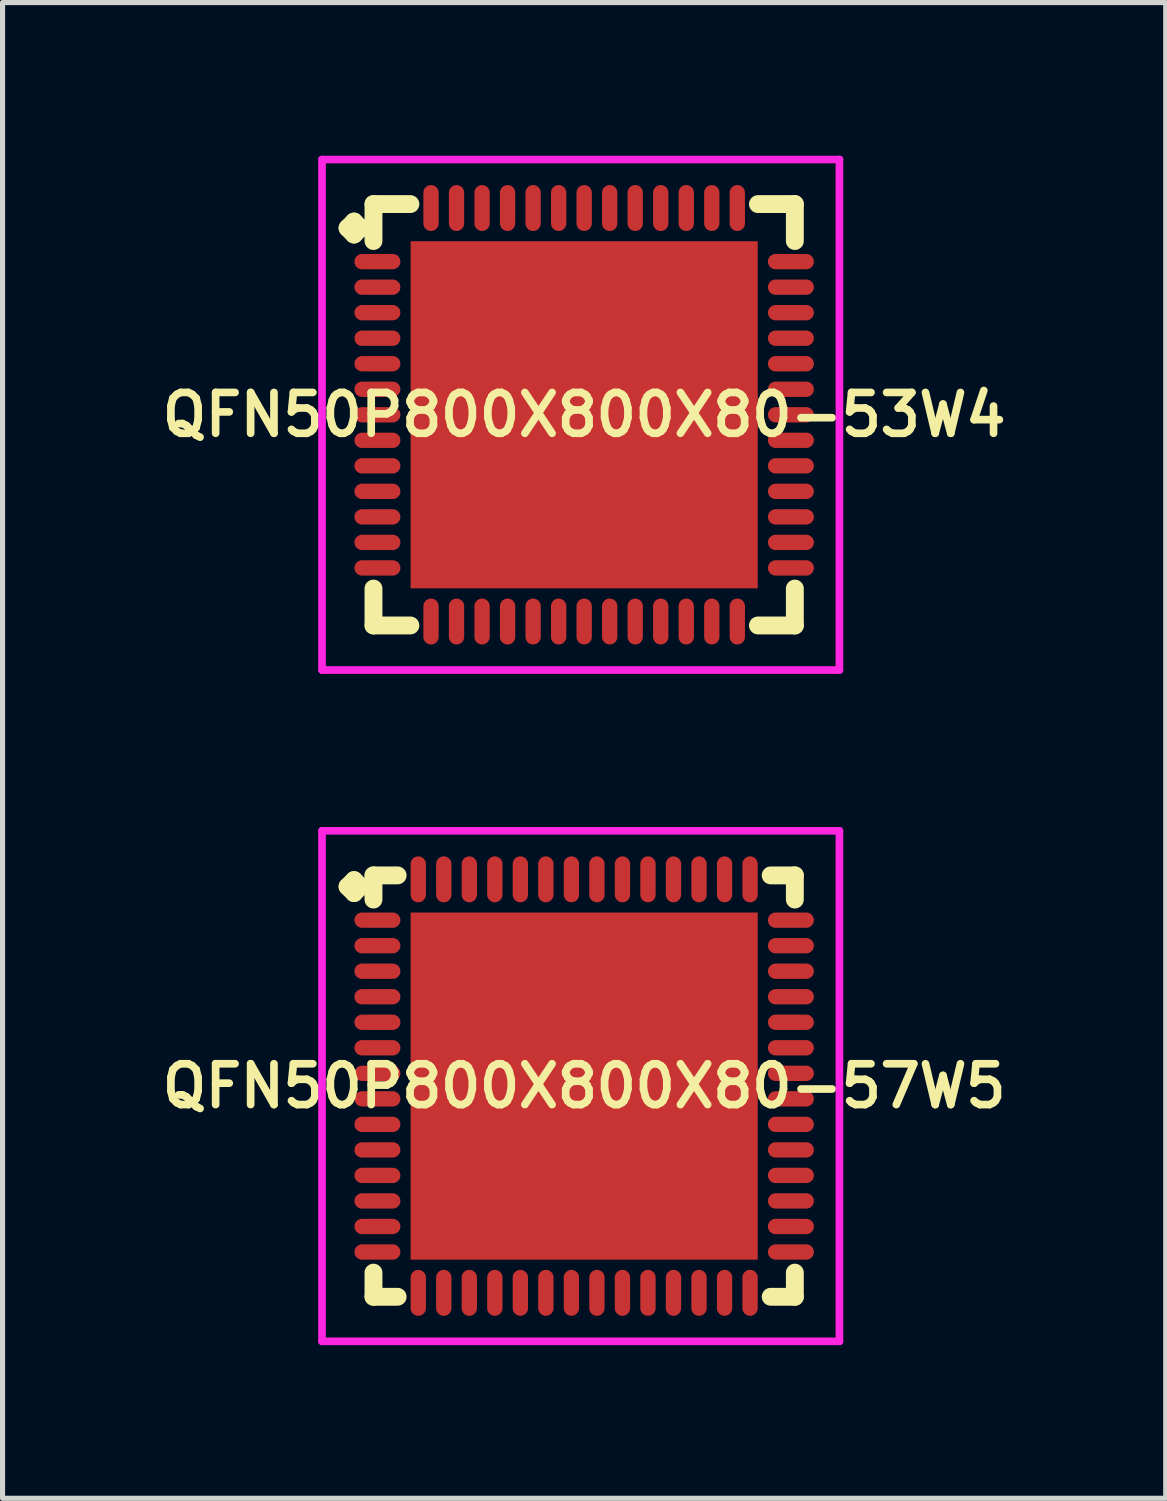
<source format=kicad_pcb>
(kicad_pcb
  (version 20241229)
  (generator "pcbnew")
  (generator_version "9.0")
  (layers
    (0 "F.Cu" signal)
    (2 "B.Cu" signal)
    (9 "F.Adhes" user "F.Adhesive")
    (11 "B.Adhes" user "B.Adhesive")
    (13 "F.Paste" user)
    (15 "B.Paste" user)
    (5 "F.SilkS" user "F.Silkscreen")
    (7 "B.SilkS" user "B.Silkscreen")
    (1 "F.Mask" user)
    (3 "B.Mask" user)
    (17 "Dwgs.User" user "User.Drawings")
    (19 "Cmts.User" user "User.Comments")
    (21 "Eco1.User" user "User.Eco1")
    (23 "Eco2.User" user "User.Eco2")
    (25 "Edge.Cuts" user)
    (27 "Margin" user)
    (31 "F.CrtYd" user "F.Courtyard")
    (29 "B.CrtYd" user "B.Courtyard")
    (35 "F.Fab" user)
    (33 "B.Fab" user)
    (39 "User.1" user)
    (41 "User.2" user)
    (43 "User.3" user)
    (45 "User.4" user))
  (footprint "QFN50P800X800X80-57W5"
    (layer "F.Cu")
    (at 8.393 18.225)
    (property "Reference" "QFN50P800X800X80-57W5" (at 0 0 0) (layer "F.SilkS") (effects (font (size 0.8 0.8) (thickness 0.15))))
    (attr smd)
    (fp_line (start -4.635 -3.908) (end -4.508 -4.035) (stroke (width 0.35) (type solid)) (layer "F.SilkS"))
    (fp_line (start -4.508 -4.035) (end -4.381 -3.908) (stroke (width 0.35) (type solid)) (layer "F.SilkS"))
    (fp_line (start -4.508 -3.781) (end -4.635 -3.908) (stroke (width 0.35) (type solid)) (layer "F.SilkS"))
    (fp_line (start -4.381 -3.908) (end -4.508 -3.781) (stroke (width 0.35) (type solid)) (layer "F.SilkS"))
    (fp_line (start -4.127 -4.127) (end -3.654 -4.127) (stroke (width 0.35) (type solid)) (layer "F.SilkS"))
    (fp_line (start -4.127 -3.654) (end -4.127 -4.127) (stroke (width 0.35) (type solid)) (layer "F.SilkS"))
    (fp_line (start -4.127 3.654) (end -4.127 4.127) (stroke (width 0.35) (type solid)) (layer "F.SilkS"))
    (fp_line (start -4.127 4.127) (end -3.654 4.127) (stroke (width 0.35) (type solid)) (layer "F.SilkS"))
    (fp_line (start 3.654 -4.127) (end 4.127 -4.127) (stroke (width 0.35) (type solid)) (layer "F.SilkS"))
    (fp_line (start 3.654 4.127) (end 4.127 4.127) (stroke (width 0.35) (type solid)) (layer "F.SilkS"))
    (fp_line (start 4.127 -4.127) (end 4.127 -3.654) (stroke (width 0.35) (type solid)) (layer "F.SilkS"))
    (fp_line (start 4.127 4.127) (end 4.127 3.654) (stroke (width 0.35) (type solid)) (layer "F.SilkS"))
    (fp_line (start -5.135 -5) (end 5 -5) (stroke (width 0.15) (type solid)) (layer "F.CrtYd"))
    (fp_line (start -5.135 5) (end -5.135 -5) (stroke (width 0.15) (type solid)) (layer "F.CrtYd"))
    (fp_line (start 5 -5) (end 5 5) (stroke (width 0.15) (type solid)) (layer "F.CrtYd"))
    (fp_line (start 5 5) (end -5.135 5) (stroke (width 0.15) (type solid)) (layer "F.CrtYd"))
    (pad "1" smd oval (at -4.05 -3.25) (size 0.9 0.3) (layers "F.Cu" "F.Mask" "F.Paste"))
    (pad "2" smd oval (at -4.05 -2.75) (size 0.9 0.3) (layers "F.Cu" "F.Mask" "F.Paste"))
    (pad "3" smd oval (at -4.05 -2.25) (size 0.9 0.3) (layers "F.Cu" "F.Mask" "F.Paste"))
    (pad "4" smd oval (at -4.05 -1.75) (size 0.9 0.3) (layers "F.Cu" "F.Mask" "F.Paste"))
    (pad "5" smd oval (at -4.05 -1.25) (size 0.9 0.3) (layers "F.Cu" "F.Mask" "F.Paste"))
    (pad "6" smd oval (at -4.05 -0.75) (size 0.9 0.3) (layers "F.Cu" "F.Mask" "F.Paste"))
    (pad "7" smd oval (at -4.05 -0.25) (size 0.9 0.3) (layers "F.Cu" "F.Mask" "F.Paste"))
    (pad "8" smd oval (at -4.05 0.25) (size 0.9 0.3) (layers "F.Cu" "F.Mask" "F.Paste"))
    (pad "9" smd oval (at -4.05 0.75) (size 0.9 0.3) (layers "F.Cu" "F.Mask" "F.Paste"))
    (pad "10" smd oval (at -4.05 1.25) (size 0.9 0.3) (layers "F.Cu" "F.Mask" "F.Paste"))
    (pad "11" smd oval (at -4.05 1.75) (size 0.9 0.3) (layers "F.Cu" "F.Mask" "F.Paste"))
    (pad "12" smd oval (at -4.05 2.25) (size 0.9 0.3) (layers "F.Cu" "F.Mask" "F.Paste"))
    (pad "13" smd oval (at -4.05 2.75) (size 0.9 0.3) (layers "F.Cu" "F.Mask" "F.Paste"))
    (pad "14" smd oval (at -4.05 3.25) (size 0.9 0.3) (layers "F.Cu" "F.Mask" "F.Paste"))
    (pad "15" smd oval (at -3.25 4.05) (size 0.3 0.9) (layers "F.Cu" "F.Mask" "F.Paste"))
    (pad "16" smd oval (at -2.75 4.05) (size 0.3 0.9) (layers "F.Cu" "F.Mask" "F.Paste"))
    (pad "17" smd oval (at -2.25 4.05) (size 0.3 0.9) (layers "F.Cu" "F.Mask" "F.Paste"))
    (pad "18" smd oval (at -1.75 4.05) (size 0.3 0.9) (layers "F.Cu" "F.Mask" "F.Paste"))
    (pad "19" smd oval (at -1.25 4.05) (size 0.3 0.9) (layers "F.Cu" "F.Mask" "F.Paste"))
    (pad "20" smd oval (at -0.75 4.05) (size 0.3 0.9) (layers "F.Cu" "F.Mask" "F.Paste"))
    (pad "21" smd oval (at -0.25 4.05) (size 0.3 0.9) (layers "F.Cu" "F.Mask" "F.Paste"))
    (pad "22" smd oval (at 0.25 4.05) (size 0.3 0.9) (layers "F.Cu" "F.Mask" "F.Paste"))
    (pad "23" smd oval (at 0.75 4.05) (size 0.3 0.9) (layers "F.Cu" "F.Mask" "F.Paste"))
    (pad "24" smd oval (at 1.25 4.05) (size 0.3 0.9) (layers "F.Cu" "F.Mask" "F.Paste"))
    (pad "25" smd oval (at 1.75 4.05) (size 0.3 0.9) (layers "F.Cu" "F.Mask" "F.Paste"))
    (pad "26" smd oval (at 2.25 4.05) (size 0.3 0.9) (layers "F.Cu" "F.Mask" "F.Paste"))
    (pad "27" smd oval (at 2.75 4.05) (size 0.3 0.9) (layers "F.Cu" "F.Mask" "F.Paste"))
    (pad "28" smd oval (at 3.25 4.05) (size 0.3 0.9) (layers "F.Cu" "F.Mask" "F.Paste"))
    (pad "29" smd oval (at 4.05 3.25) (size 0.9 0.3) (layers "F.Cu" "F.Mask" "F.Paste"))
    (pad "30" smd oval (at 4.05 2.75) (size 0.9 0.3) (layers "F.Cu" "F.Mask" "F.Paste"))
    (pad "31" smd oval (at 4.05 2.25) (size 0.9 0.3) (layers "F.Cu" "F.Mask" "F.Paste"))
    (pad "32" smd oval (at 4.05 1.75) (size 0.9 0.3) (layers "F.Cu" "F.Mask" "F.Paste"))
    (pad "33" smd oval (at 4.05 1.25) (size 0.9 0.3) (layers "F.Cu" "F.Mask" "F.Paste"))
    (pad "34" smd oval (at 4.05 0.75) (size 0.9 0.3) (layers "F.Cu" "F.Mask" "F.Paste"))
    (pad "35" smd oval (at 4.05 0.25) (size 0.9 0.3) (layers "F.Cu" "F.Mask" "F.Paste"))
    (pad "36" smd oval (at 4.05 -0.25) (size 0.9 0.3) (layers "F.Cu" "F.Mask" "F.Paste"))
    (pad "37" smd oval (at 4.05 -0.75) (size 0.9 0.3) (layers "F.Cu" "F.Mask" "F.Paste"))
    (pad "38" smd oval (at 4.05 -1.25) (size 0.9 0.3) (layers "F.Cu" "F.Mask" "F.Paste"))
    (pad "39" smd oval (at 4.05 -1.75) (size 0.9 0.3) (layers "F.Cu" "F.Mask" "F.Paste"))
    (pad "40" smd oval (at 4.05 -2.25) (size 0.9 0.3) (layers "F.Cu" "F.Mask" "F.Paste"))
    (pad "41" smd oval (at 4.05 -2.75) (size 0.9 0.3) (layers "F.Cu" "F.Mask" "F.Paste"))
    (pad "42" smd oval (at 4.05 -3.25) (size 0.9 0.3) (layers "F.Cu" "F.Mask" "F.Paste"))
    (pad "43" smd oval (at 3.25 -4.05) (size 0.3 0.9) (layers "F.Cu" "F.Mask" "F.Paste"))
    (pad "44" smd oval (at 2.75 -4.05) (size 0.3 0.9) (layers "F.Cu" "F.Mask" "F.Paste"))
    (pad "45" smd oval (at 2.25 -4.05) (size 0.3 0.9) (layers "F.Cu" "F.Mask" "F.Paste"))
    (pad "46" smd oval (at 1.75 -4.05) (size 0.3 0.9) (layers "F.Cu" "F.Mask" "F.Paste"))
    (pad "47" smd oval (at 1.25 -4.05) (size 0.3 0.9) (layers "F.Cu" "F.Mask" "F.Paste"))
    (pad "48" smd oval (at 0.75 -4.05) (size 0.3 0.9) (layers "F.Cu" "F.Mask" "F.Paste"))
    (pad "49" smd oval (at 0.25 -4.05) (size 0.3 0.9) (layers "F.Cu" "F.Mask" "F.Paste"))
    (pad "50" smd oval (at -0.25 -4.05) (size 0.3 0.9) (layers "F.Cu" "F.Mask" "F.Paste"))
    (pad "51" smd oval (at -0.75 -4.05) (size 0.3 0.9) (layers "F.Cu" "F.Mask" "F.Paste"))
    (pad "52" smd oval (at -1.25 -4.05) (size 0.3 0.9) (layers "F.Cu" "F.Mask" "F.Paste"))
    (pad "53" smd oval (at -1.75 -4.05) (size 0.3 0.9) (layers "F.Cu" "F.Mask" "F.Paste"))
    (pad "54" smd oval (at -2.25 -4.05) (size 0.3 0.9) (layers "F.Cu" "F.Mask" "F.Paste"))
    (pad "55" smd oval (at -2.75 -4.05) (size 0.3 0.9) (layers "F.Cu" "F.Mask" "F.Paste"))
    (pad "56" smd oval (at -3.25 -4.05) (size 0.3 0.9) (layers "F.Cu" "F.Mask" "F.Paste"))
    (pad "57" smd rect (at 0 0) (size 6.8 6.8) (layers "F.Cu" "F.Mask" "F.Paste")))
  (footprint "QFN50P800X800X80-53W4"
    (layer "F.Cu")
    (at 8.393 5.075)
    (property "Reference" "QFN50P800X800X80-53W4" (at 0 0 0) (layer "F.SilkS") (effects (font (size 0.8 0.8) (thickness 0.15))))
    (attr smd)
    (fp_line (start -4.635 -3.658) (end -4.508 -3.785) (stroke (width 0.35) (type solid)) (layer "F.SilkS"))
    (fp_line (start -4.508 -3.785) (end -4.381 -3.658) (stroke (width 0.35) (type solid)) (layer "F.SilkS"))
    (fp_line (start -4.508 -3.531) (end -4.635 -3.658) (stroke (width 0.35) (type solid)) (layer "F.SilkS"))
    (fp_line (start -4.381 -3.658) (end -4.508 -3.531) (stroke (width 0.35) (type solid)) (layer "F.SilkS"))
    (fp_line (start -4.127 -4.127) (end -3.404 -4.127) (stroke (width 0.35) (type solid)) (layer "F.SilkS"))
    (fp_line (start -4.127 -3.404) (end -4.127 -4.127) (stroke (width 0.35) (type solid)) (layer "F.SilkS"))
    (fp_line (start -4.127 3.404) (end -4.127 4.127) (stroke (width 0.35) (type solid)) (layer "F.SilkS"))
    (fp_line (start -4.127 4.127) (end -3.404 4.127) (stroke (width 0.35) (type solid)) (layer "F.SilkS"))
    (fp_line (start 3.404 -4.127) (end 4.127 -4.127) (stroke (width 0.35) (type solid)) (layer "F.SilkS"))
    (fp_line (start 3.404 4.127) (end 4.127 4.127) (stroke (width 0.35) (type solid)) (layer "F.SilkS"))
    (fp_line (start 4.127 -4.127) (end 4.127 -3.404) (stroke (width 0.35) (type solid)) (layer "F.SilkS"))
    (fp_line (start 4.127 4.127) (end 4.127 3.404) (stroke (width 0.35) (type solid)) (layer "F.SilkS"))
    (fp_line (start -5.135 -5) (end 5 -5) (stroke (width 0.15) (type solid)) (layer "F.CrtYd"))
    (fp_line (start -5.135 5) (end -5.135 -5) (stroke (width 0.15) (type solid)) (layer "F.CrtYd"))
    (fp_line (start 5 -5) (end 5 5) (stroke (width 0.15) (type solid)) (layer "F.CrtYd"))
    (fp_line (start 5 5) (end -5.135 5) (stroke (width 0.15) (type solid)) (layer "F.CrtYd"))
    (pad "1" smd oval (at -4.05 -3) (size 0.9 0.3) (layers "F.Cu" "F.Mask" "F.Paste"))
    (pad "2" smd oval (at -4.05 -2.5) (size 0.9 0.3) (layers "F.Cu" "F.Mask" "F.Paste"))
    (pad "3" smd oval (at -4.05 -2) (size 0.9 0.3) (layers "F.Cu" "F.Mask" "F.Paste"))
    (pad "4" smd oval (at -4.05 -1.5) (size 0.9 0.3) (layers "F.Cu" "F.Mask" "F.Paste"))
    (pad "5" smd oval (at -4.05 -1) (size 0.9 0.3) (layers "F.Cu" "F.Mask" "F.Paste"))
    (pad "6" smd oval (at -4.05 -0.5) (size 0.9 0.3) (layers "F.Cu" "F.Mask" "F.Paste"))
    (pad "7" smd oval (at -4.05 0) (size 0.9 0.3) (layers "F.Cu" "F.Mask" "F.Paste"))
    (pad "8" smd oval (at -4.05 0.5) (size 0.9 0.3) (layers "F.Cu" "F.Mask" "F.Paste"))
    (pad "9" smd oval (at -4.05 1) (size 0.9 0.3) (layers "F.Cu" "F.Mask" "F.Paste"))
    (pad "10" smd oval (at -4.05 1.5) (size 0.9 0.3) (layers "F.Cu" "F.Mask" "F.Paste"))
    (pad "11" smd oval (at -4.05 2) (size 0.9 0.3) (layers "F.Cu" "F.Mask" "F.Paste"))
    (pad "12" smd oval (at -4.05 2.5) (size 0.9 0.3) (layers "F.Cu" "F.Mask" "F.Paste"))
    (pad "13" smd oval (at -4.05 3) (size 0.9 0.3) (layers "F.Cu" "F.Mask" "F.Paste"))
    (pad "14" smd oval (at -3 4.05) (size 0.3 0.9) (layers "F.Cu" "F.Mask" "F.Paste"))
    (pad "15" smd oval (at -2.5 4.05) (size 0.3 0.9) (layers "F.Cu" "F.Mask" "F.Paste"))
    (pad "16" smd oval (at -2 4.05) (size 0.3 0.9) (layers "F.Cu" "F.Mask" "F.Paste"))
    (pad "17" smd oval (at -1.5 4.05) (size 0.3 0.9) (layers "F.Cu" "F.Mask" "F.Paste"))
    (pad "18" smd oval (at -1 4.05) (size 0.3 0.9) (layers "F.Cu" "F.Mask" "F.Paste"))
    (pad "19" smd oval (at -0.5 4.05) (size 0.3 0.9) (layers "F.Cu" "F.Mask" "F.Paste"))
    (pad "20" smd oval (at 0 4.05) (size 0.3 0.9) (layers "F.Cu" "F.Mask" "F.Paste"))
    (pad "21" smd oval (at 0.5 4.05) (size 0.3 0.9) (layers "F.Cu" "F.Mask" "F.Paste"))
    (pad "22" smd oval (at 1 4.05) (size 0.3 0.9) (layers "F.Cu" "F.Mask" "F.Paste"))
    (pad "23" smd oval (at 1.5 4.05) (size 0.3 0.9) (layers "F.Cu" "F.Mask" "F.Paste"))
    (pad "24" smd oval (at 2 4.05) (size 0.3 0.9) (layers "F.Cu" "F.Mask" "F.Paste"))
    (pad "25" smd oval (at 2.5 4.05) (size 0.3 0.9) (layers "F.Cu" "F.Mask" "F.Paste"))
    (pad "26" smd oval (at 3 4.05) (size 0.3 0.9) (layers "F.Cu" "F.Mask" "F.Paste"))
    (pad "27" smd oval (at 4.05 3) (size 0.9 0.3) (layers "F.Cu" "F.Mask" "F.Paste"))
    (pad "28" smd oval (at 4.05 2.5) (size 0.9 0.3) (layers "F.Cu" "F.Mask" "F.Paste"))
    (pad "29" smd oval (at 4.05 2) (size 0.9 0.3) (layers "F.Cu" "F.Mask" "F.Paste"))
    (pad "30" smd oval (at 4.05 1.5) (size 0.9 0.3) (layers "F.Cu" "F.Mask" "F.Paste"))
    (pad "31" smd oval (at 4.05 1) (size 0.9 0.3) (layers "F.Cu" "F.Mask" "F.Paste"))
    (pad "32" smd oval (at 4.05 0.5) (size 0.9 0.3) (layers "F.Cu" "F.Mask" "F.Paste"))
    (pad "33" smd oval (at 4.05 0) (size 0.9 0.3) (layers "F.Cu" "F.Mask" "F.Paste"))
    (pad "34" smd oval (at 4.05 -0.5) (size 0.9 0.3) (layers "F.Cu" "F.Mask" "F.Paste"))
    (pad "35" smd oval (at 4.05 -1) (size 0.9 0.3) (layers "F.Cu" "F.Mask" "F.Paste"))
    (pad "36" smd oval (at 4.05 -1.5) (size 0.9 0.3) (layers "F.Cu" "F.Mask" "F.Paste"))
    (pad "37" smd oval (at 4.05 -2) (size 0.9 0.3) (layers "F.Cu" "F.Mask" "F.Paste"))
    (pad "38" smd oval (at 4.05 -2.5) (size 0.9 0.3) (layers "F.Cu" "F.Mask" "F.Paste"))
    (pad "39" smd oval (at 4.05 -3) (size 0.9 0.3) (layers "F.Cu" "F.Mask" "F.Paste"))
    (pad "40" smd oval (at 3 -4.05) (size 0.3 0.9) (layers "F.Cu" "F.Mask" "F.Paste"))
    (pad "41" smd oval (at 2.5 -4.05) (size 0.3 0.9) (layers "F.Cu" "F.Mask" "F.Paste"))
    (pad "42" smd oval (at 2 -4.05) (size 0.3 0.9) (layers "F.Cu" "F.Mask" "F.Paste"))
    (pad "43" smd oval (at 1.5 -4.05) (size 0.3 0.9) (layers "F.Cu" "F.Mask" "F.Paste"))
    (pad "44" smd oval (at 1 -4.05) (size 0.3 0.9) (layers "F.Cu" "F.Mask" "F.Paste"))
    (pad "45" smd oval (at 0.5 -4.05) (size 0.3 0.9) (layers "F.Cu" "F.Mask" "F.Paste"))
    (pad "46" smd oval (at 0 -4.05) (size 0.3 0.9) (layers "F.Cu" "F.Mask" "F.Paste"))
    (pad "47" smd oval (at -0.5 -4.05) (size 0.3 0.9) (layers "F.Cu" "F.Mask" "F.Paste"))
    (pad "48" smd oval (at -1 -4.05) (size 0.3 0.9) (layers "F.Cu" "F.Mask" "F.Paste"))
    (pad "49" smd oval (at -1.5 -4.05) (size 0.3 0.9) (layers "F.Cu" "F.Mask" "F.Paste"))
    (pad "50" smd oval (at -2 -4.05) (size 0.3 0.9) (layers "F.Cu" "F.Mask" "F.Paste"))
    (pad "51" smd oval (at -2.5 -4.05) (size 0.3 0.9) (layers "F.Cu" "F.Mask" "F.Paste"))
    (pad "52" smd oval (at -3 -4.05) (size 0.3 0.9) (layers "F.Cu" "F.Mask" "F.Paste"))
    (pad "53" smd rect (at 0 0) (size 6.8 6.8) (layers "F.Cu" "F.Mask" "F.Paste")))
  (gr_rect
    (start -3 -3)
    (end 19.785 26.3)
    (stroke (width 0.1) (type default))
    (fill no)
    (layer "Edge.Cuts")))
</source>
